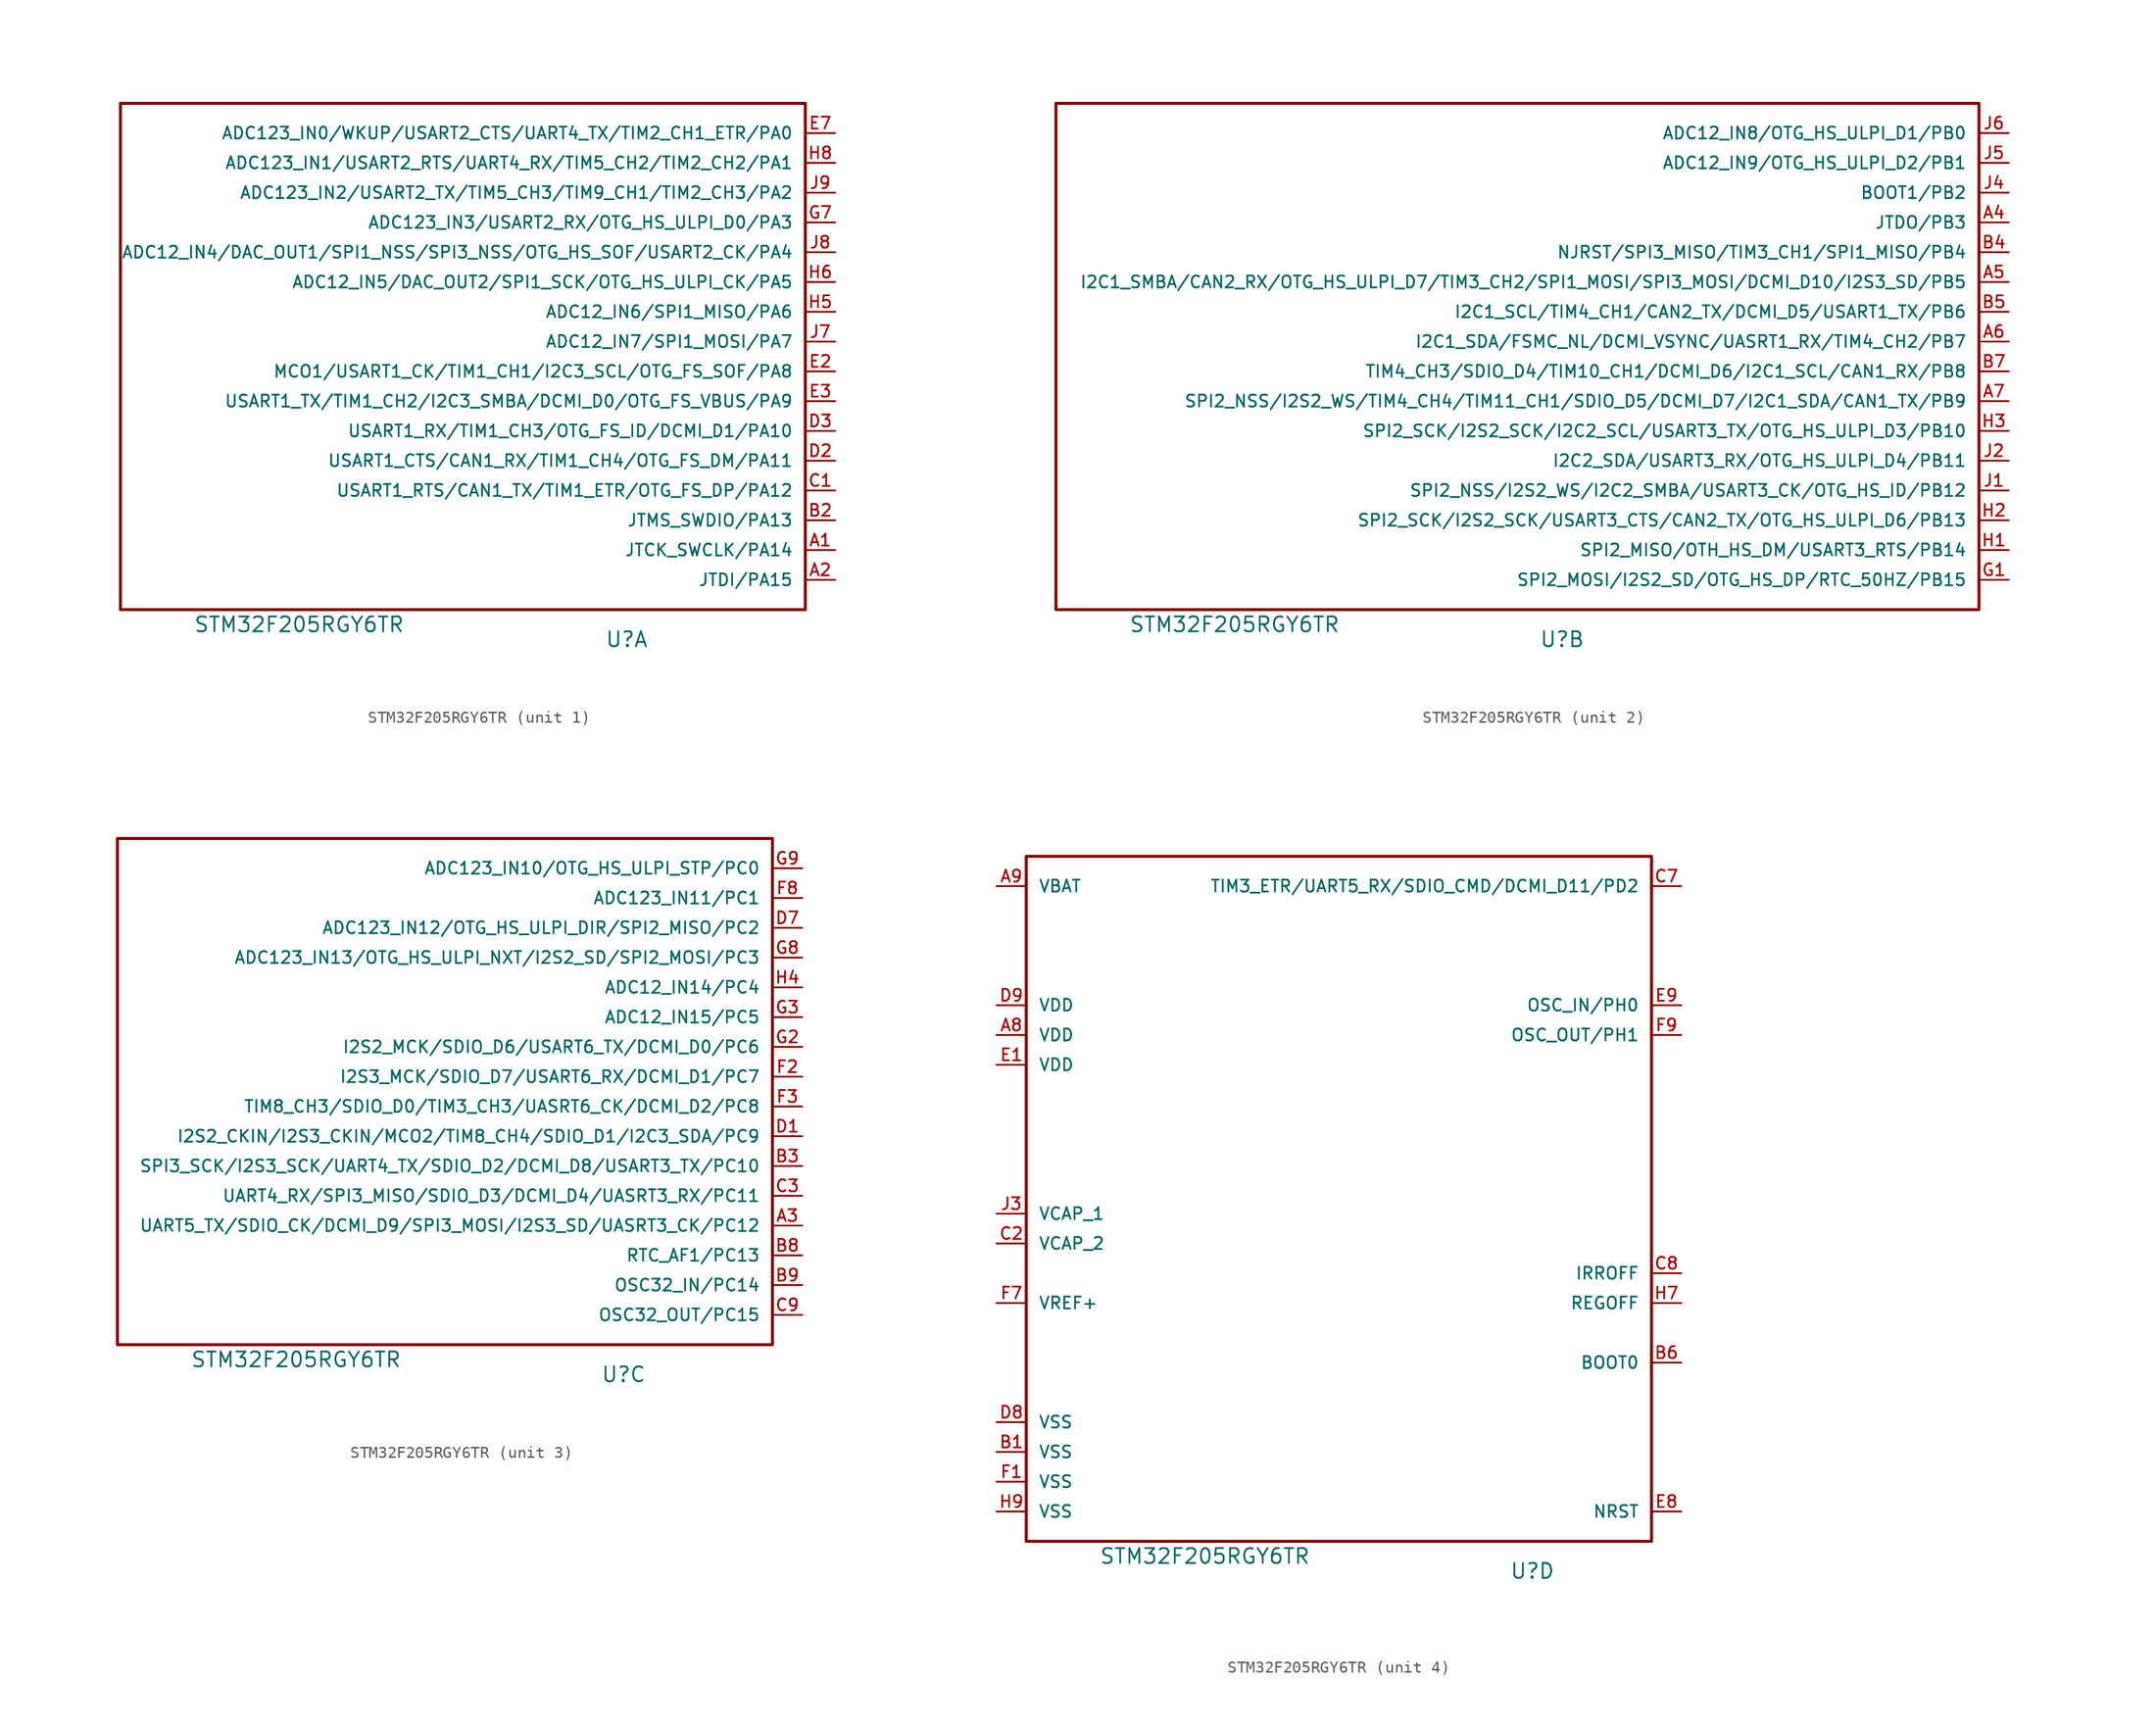
<source format=kicad_sym>
(kicad_symbol_lib
  (version 20220914)
  (generator kicad_symbol_editor)
  (symbol "STM32F205RGY6TR"
    (pin_names
      (offset 1.016))
    (property "Reference" "U"
      (at 43.18 -2.54 0)
      (effects (font (size 1.27 1.27))))
    (property "Value" "STM32F205RGY6TR"
      (at 15.24 -1.27 0)
      (effects (font (size 1.27 1.27))))
    (property "ki_locked" ""
      (at 0 0 0)
      (effects (font (size 1.27 1.27))))
    (symbol "STM32F205RGY6TR_1_1"
      (rectangle (start 0 43.18) (end 58.42 0) (stroke (width 0.254) (type solid)) (fill (type none)))
      (pin bidirectional line (at 60.96 5.08 180) (length 2.54) (name "JTCK_SWCLK/PA14" (effects (font (size 1.016 1.016)))) (number "A1" (effects (font (size 1.016 1.016)))))
      (pin bidirectional line (at 60.96 2.54 180) (length 2.54) (name "JTDI/PA15" (effects (font (size 1.016 1.016)))) (number "A2" (effects (font (size 1.016 1.016)))))
      (pin bidirectional line (at 60.96 7.62 180) (length 2.54) (name "JTMS_SWDIO/PA13" (effects (font (size 1.016 1.016)))) (number "B2" (effects (font (size 1.016 1.016)))))
      (pin bidirectional line (at 60.96 10.16 180) (length 2.54) (name "USART1_RTS/CAN1_TX/TIM1_ETR/OTG_FS_DP/PA12" (effects (font (size 1.016 1.016)))) (number "C1" (effects (font (size 1.016 1.016)))))
      (pin bidirectional line (at 60.96 12.7 180) (length 2.54) (name "USART1_CTS/CAN1_RX/TIM1_CH4/OTG_FS_DM/PA11" (effects (font (size 1.016 1.016)))) (number "D2" (effects (font (size 1.016 1.016)))))
      (pin bidirectional line (at 60.96 15.24 180) (length 2.54) (name "USART1_RX/TIM1_CH3/OTG_FS_ID/DCMI_D1/PA10" (effects (font (size 1.016 1.016)))) (number "D3" (effects (font (size 1.016 1.016)))))
      (pin bidirectional line (at 60.96 20.32 180) (length 2.54) (name "MCO1/USART1_CK/TIM1_CH1/I2C3_SCL/OTG_FS_SOF/PA8" (effects (font (size 1.016 1.016)))) (number "E2" (effects (font (size 1.016 1.016)))))
      (pin bidirectional line (at 60.96 17.78 180) (length 2.54) (name "USART1_TX/TIM1_CH2/I2C3_SMBA/DCMI_D0/OTG_FS_VBUS/PA9" (effects (font (size 1.016 1.016)))) (number "E3" (effects (font (size 1.016 1.016)))))
      (pin bidirectional line (at 60.96 40.64 180) (length 2.54) (name "ADC123_IN0/WKUP/USART2_CTS/UART4_TX/TIM2_CH1_ETR/PA0" (effects (font (size 1.016 1.016)))) (number "E7" (effects (font (size 1.016 1.016)))))
      (pin bidirectional line (at 60.96 33.02 180) (length 2.54) (name "ADC123_IN3/USART2_RX/OTG_HS_ULPI_D0/PA3" (effects (font (size 1.016 1.016)))) (number "G7" (effects (font (size 1.016 1.016)))))
      (pin bidirectional line (at 60.96 25.4 180) (length 2.54) (name "ADC12_IN6/SPI1_MISO/PA6" (effects (font (size 1.016 1.016)))) (number "H5" (effects (font (size 1.016 1.016)))))
      (pin bidirectional line (at 60.96 27.94 180) (length 2.54) (name "ADC12_IN5/DAC_OUT2/SPI1_SCK/OTG_HS_ULPI_CK/PA5" (effects (font (size 1.016 1.016)))) (number "H6" (effects (font (size 1.016 1.016)))))
      (pin bidirectional line (at 60.96 38.1 180) (length 2.54) (name "ADC123_IN1/USART2_RTS/UART4_RX/TIM5_CH2/TIM2_CH2/PA1" (effects (font (size 1.016 1.016)))) (number "H8" (effects (font (size 1.016 1.016)))))
      (pin bidirectional line (at 60.96 22.86 180) (length 2.54) (name "ADC12_IN7/SPI1_MOSI/PA7" (effects (font (size 1.016 1.016)))) (number "J7" (effects (font (size 1.016 1.016)))))
      (pin bidirectional line (at 60.96 30.48 180) (length 2.54) (name "ADC12_IN4/DAC_OUT1/SPI1_NSS/SPI3_NSS/OTG_HS_SOF/USART2_CK/PA4" (effects (font (size 1.016 1.016)))) (number "J8" (effects (font (size 1.016 1.016)))))
      (pin bidirectional line (at 60.96 35.56 180) (length 2.54) (name "ADC123_IN2/USART2_TX/TIM5_CH3/TIM9_CH1/TIM2_CH3/PA2" (effects (font (size 1.016 1.016)))) (number "J9" (effects (font (size 1.016 1.016))))))
    (symbol "STM32F205RGY6TR_2_1"
      (rectangle (start 78.74 0) (end 0 43.18) (stroke (width 0.254) (type solid)) (fill (type none)))
      (pin bidirectional line (at 81.28 33.02 180) (length 2.54) (name "JTDO/PB3" (effects (font (size 1.016 1.016)))) (number "A4" (effects (font (size 1.016 1.016)))))
      (pin bidirectional line (at 81.28 27.94 180) (length 2.54) (name "I2C1_SMBA/CAN2_RX/OTG_HS_ULPI_D7/TIM3_CH2/SPI1_MOSI/SPI3_MOSI/DCMI_D10/I2S3_SD/PB5" (effects (font (size 1.016 1.016)))) (number "A5" (effects (font (size 1.016 1.016)))))
      (pin bidirectional line (at 81.28 22.86 180) (length 2.54) (name "I2C1_SDA/FSMC_NL/DCMI_VSYNC/UASRT1_RX/TIM4_CH2/PB7" (effects (font (size 1.016 1.016)))) (number "A6" (effects (font (size 1.016 1.016)))))
      (pin bidirectional line (at 81.28 17.78 180) (length 2.54) (name "SPI2_NSS/I2S2_WS/TIM4_CH4/TIM11_CH1/SDIO_D5/DCMI_D7/I2C1_SDA/CAN1_TX/PB9" (effects (font (size 1.016 1.016)))) (number "A7" (effects (font (size 1.016 1.016)))))
      (pin bidirectional line (at 81.28 30.48 180) (length 2.54) (name "NJRST/SPI3_MISO/TIM3_CH1/SPI1_MISO/PB4" (effects (font (size 1.016 1.016)))) (number "B4" (effects (font (size 1.016 1.016)))))
      (pin bidirectional line (at 81.28 25.4 180) (length 2.54) (name "I2C1_SCL/TIM4_CH1/CAN2_TX/DCMI_D5/USART1_TX/PB6" (effects (font (size 1.016 1.016)))) (number "B5" (effects (font (size 1.016 1.016)))))
      (pin bidirectional line (at 81.28 20.32 180) (length 2.54) (name "TIM4_CH3/SDIO_D4/TIM10_CH1/DCMI_D6/I2C1_SCL/CAN1_RX/PB8" (effects (font (size 1.016 1.016)))) (number "B7" (effects (font (size 1.016 1.016)))))
      (pin bidirectional line (at 81.28 2.54 180) (length 2.54) (name "SPI2_MOSI/I2S2_SD/OTG_HS_DP/RTC_50HZ/PB15" (effects (font (size 1.016 1.016)))) (number "G1" (effects (font (size 1.016 1.016)))))
      (pin bidirectional line (at 81.28 5.08 180) (length 2.54) (name "SPI2_MISO/OTH_HS_DM/USART3_RTS/PB14" (effects (font (size 1.016 1.016)))) (number "H1" (effects (font (size 1.016 1.016)))))
      (pin bidirectional line (at 81.28 7.62 180) (length 2.54) (name "SPI2_SCK/I2S2_SCK/USART3_CTS/CAN2_TX/OTG_HS_ULPI_D6/PB13" (effects (font (size 1.016 1.016)))) (number "H2" (effects (font (size 1.016 1.016)))))
      (pin bidirectional line (at 81.28 15.24 180) (length 2.54) (name "SPI2_SCK/I2S2_SCK/I2C2_SCL/USART3_TX/OTG_HS_ULPI_D3/PB10" (effects (font (size 1.016 1.016)))) (number "H3" (effects (font (size 1.016 1.016)))))
      (pin bidirectional line (at 81.28 10.16 180) (length 2.54) (name "SPI2_NSS/I2S2_WS/I2C2_SMBA/USART3_CK/OTG_HS_ID/PB12" (effects (font (size 1.016 1.016)))) (number "J1" (effects (font (size 1.016 1.016)))))
      (pin bidirectional line (at 81.28 12.7 180) (length 2.54) (name "I2C2_SDA/USART3_RX/OTG_HS_ULPI_D4/PB11" (effects (font (size 1.016 1.016)))) (number "J2" (effects (font (size 1.016 1.016)))))
      (pin bidirectional line (at 81.28 35.56 180) (length 2.54) (name "BOOT1/PB2" (effects (font (size 1.016 1.016)))) (number "J4" (effects (font (size 1.016 1.016)))))
      (pin bidirectional line (at 81.28 38.1 180) (length 2.54) (name "ADC12_IN9/OTG_HS_ULPI_D2/PB1" (effects (font (size 1.016 1.016)))) (number "J5" (effects (font (size 1.016 1.016)))))
      (pin bidirectional line (at 81.28 40.64 180) (length 2.54) (name "ADC12_IN8/OTG_HS_ULPI_D1/PB0" (effects (font (size 1.016 1.016)))) (number "J6" (effects (font (size 1.016 1.016))))))
    (symbol "STM32F205RGY6TR_3_1"
      (rectangle (start 55.88 0) (end 0 43.18) (stroke (width 0.254) (type solid)) (fill (type none)))
      (pin bidirectional line (at 58.42 10.16 180) (length 2.54) (name "UART5_TX/SDIO_CK/DCMI_D9/SPI3_MOSI/I2S3_SD/UASRT3_CK/PC12" (effects (font (size 1.016 1.016)))) (number "A3" (effects (font (size 1.016 1.016)))))
      (pin bidirectional line (at 58.42 15.24 180) (length 2.54) (name "SPI3_SCK/I2S3_SCK/UART4_TX/SDIO_D2/DCMI_D8/USART3_TX/PC10" (effects (font (size 1.016 1.016)))) (number "B3" (effects (font (size 1.016 1.016)))))
      (pin bidirectional line (at 58.42 7.62 180) (length 2.54) (name "RTC_AF1/PC13" (effects (font (size 1.016 1.016)))) (number "B8" (effects (font (size 1.016 1.016)))))
      (pin bidirectional line (at 58.42 5.08 180) (length 2.54) (name "OSC32_IN/PC14" (effects (font (size 1.016 1.016)))) (number "B9" (effects (font (size 1.016 1.016)))))
      (pin bidirectional line (at 58.42 12.7 180) (length 2.54) (name "UART4_RX/SPI3_MISO/SDIO_D3/DCMI_D4/UASRT3_RX/PC11" (effects (font (size 1.016 1.016)))) (number "C3" (effects (font (size 1.016 1.016)))))
      (pin bidirectional line (at 58.42 2.54 180) (length 2.54) (name "OSC32_OUT/PC15" (effects (font (size 1.016 1.016)))) (number "C9" (effects (font (size 1.016 1.016)))))
      (pin bidirectional line (at 58.42 17.78 180) (length 2.54) (name "I2S2_CKIN/I2S3_CKIN/MCO2/TIM8_CH4/SDIO_D1/I2C3_SDA/PC9" (effects (font (size 1.016 1.016)))) (number "D1" (effects (font (size 1.016 1.016)))))
      (pin bidirectional line (at 58.42 35.56 180) (length 2.54) (name "ADC123_IN12/OTG_HS_ULPI_DIR/SPI2_MISO/PC2" (effects (font (size 1.016 1.016)))) (number "D7" (effects (font (size 1.016 1.016)))))
      (pin bidirectional line (at 58.42 22.86 180) (length 2.54) (name "I2S3_MCK/SDIO_D7/USART6_RX/DCMI_D1/PC7" (effects (font (size 1.016 1.016)))) (number "F2" (effects (font (size 1.016 1.016)))))
      (pin bidirectional line (at 58.42 20.32 180) (length 2.54) (name "TIM8_CH3/SDIO_D0/TIM3_CH3/UASRT6_CK/DCMI_D2/PC8" (effects (font (size 1.016 1.016)))) (number "F3" (effects (font (size 1.016 1.016)))))
      (pin bidirectional line (at 58.42 38.1 180) (length 2.54) (name "ADC123_IN11/PC1" (effects (font (size 1.016 1.016)))) (number "F8" (effects (font (size 1.016 1.016)))))
      (pin bidirectional line (at 58.42 25.4 180) (length 2.54) (name "I2S2_MCK/SDIO_D6/USART6_TX/DCMI_D0/PC6" (effects (font (size 1.016 1.016)))) (number "G2" (effects (font (size 1.016 1.016)))))
      (pin bidirectional line (at 58.42 27.94 180) (length 2.54) (name "ADC12_IN15/PC5" (effects (font (size 1.016 1.016)))) (number "G3" (effects (font (size 1.016 1.016)))))
      (pin bidirectional line (at 58.42 33.02 180) (length 2.54) (name "ADC123_IN13/OTG_HS_ULPI_NXT/I2S2_SD/SPI2_MOSI/PC3" (effects (font (size 1.016 1.016)))) (number "G8" (effects (font (size 1.016 1.016)))))
      (pin bidirectional line (at 58.42 40.64 180) (length 2.54) (name "ADC123_IN10/OTG_HS_ULPI_STP/PC0" (effects (font (size 1.016 1.016)))) (number "G9" (effects (font (size 1.016 1.016)))))
      (pin bidirectional line (at 58.42 30.48 180) (length 2.54) (name "ADC12_IN14/PC4" (effects (font (size 1.016 1.016)))) (number "H4" (effects (font (size 1.016 1.016))))))
    (symbol "STM32F205RGY6TR_4_1"
      (rectangle (start 53.34 0) (end 0 58.42) (stroke (width 0.254) (type solid)) (fill (type none)))
      (pin power_in line (at -2.54 43.18 0) (length 2.54) (name "VDD" (effects (font (size 1.016 1.016)))) (number "A8" (effects (font (size 1.016 1.016)))))
      (pin power_in line (at -2.54 55.88 0) (length 2.54) (name "VBAT" (effects (font (size 1.016 1.016)))) (number "A9" (effects (font (size 1.016 1.016)))))
      (pin power_in line (at -2.54 7.62 0) (length 2.54) (name "VSS" (effects (font (size 1.016 1.016)))) (number "B1" (effects (font (size 1.016 1.016)))))
      (pin bidirectional line (at 55.88 15.24 180) (length 2.54) (name "BOOT0" (effects (font (size 1.016 1.016)))) (number "B6" (effects (font (size 1.016 1.016)))))
      (pin power_in line (at -2.54 25.4 0) (length 2.54) (name "VCAP_2" (effects (font (size 1.016 1.016)))) (number "C2" (effects (font (size 1.016 1.016)))))
      (pin bidirectional line (at 55.88 55.88 180) (length 2.54) (name "TIM3_ETR/UART5_RX/SDIO_CMD/DCMI_D11/PD2" (effects (font (size 1.016 1.016)))) (number "C7" (effects (font (size 1.016 1.016)))))
      (pin bidirectional line (at 55.88 22.86 180) (length 2.54) (name "IRROFF" (effects (font (size 1.016 1.016)))) (number "C8" (effects (font (size 1.016 1.016)))))
      (pin power_in line (at -2.54 10.16 0) (length 2.54) (name "VSS" (effects (font (size 1.016 1.016)))) (number "D8" (effects (font (size 1.016 1.016)))))
      (pin power_in line (at -2.54 45.72 0) (length 2.54) (name "VDD" (effects (font (size 1.016 1.016)))) (number "D9" (effects (font (size 1.016 1.016)))))
      (pin power_in line (at -2.54 40.64 0) (length 2.54) (name "VDD" (effects (font (size 1.016 1.016)))) (number "E1" (effects (font (size 1.016 1.016)))))
      (pin bidirectional line (at 55.88 2.54 180) (length 2.54) (name "NRST" (effects (font (size 1.016 1.016)))) (number "E8" (effects (font (size 1.016 1.016)))))
      (pin bidirectional line (at 55.88 45.72 180) (length 2.54) (name "OSC_IN/PH0" (effects (font (size 1.016 1.016)))) (number "E9" (effects (font (size 1.016 1.016)))))
      (pin power_in line (at -2.54 5.08 0) (length 2.54) (name "VSS" (effects (font (size 1.016 1.016)))) (number "F1" (effects (font (size 1.016 1.016)))))
      (pin power_in line (at -2.54 20.32 0) (length 2.54) (name "VREF+" (effects (font (size 1.016 1.016)))) (number "F7" (effects (font (size 1.016 1.016)))))
      (pin bidirectional line (at 55.88 43.18 180) (length 2.54) (name "OSC_OUT/PH1" (effects (font (size 1.016 1.016)))) (number "F9" (effects (font (size 1.016 1.016)))))
      (pin bidirectional line (at 55.88 20.32 180) (length 2.54) (name "REGOFF" (effects (font (size 1.016 1.016)))) (number "H7" (effects (font (size 1.016 1.016)))))
      (pin power_in line (at -2.54 2.54 0) (length 2.54) (name "VSS" (effects (font (size 1.016 1.016)))) (number "H9" (effects (font (size 1.016 1.016)))))
      (pin power_in line (at -2.54 27.94 0) (length 2.54) (name "VCAP_1" (effects (font (size 1.016 1.016)))) (number "J3" (effects (font (size 1.016 1.016))))))))
</source>
